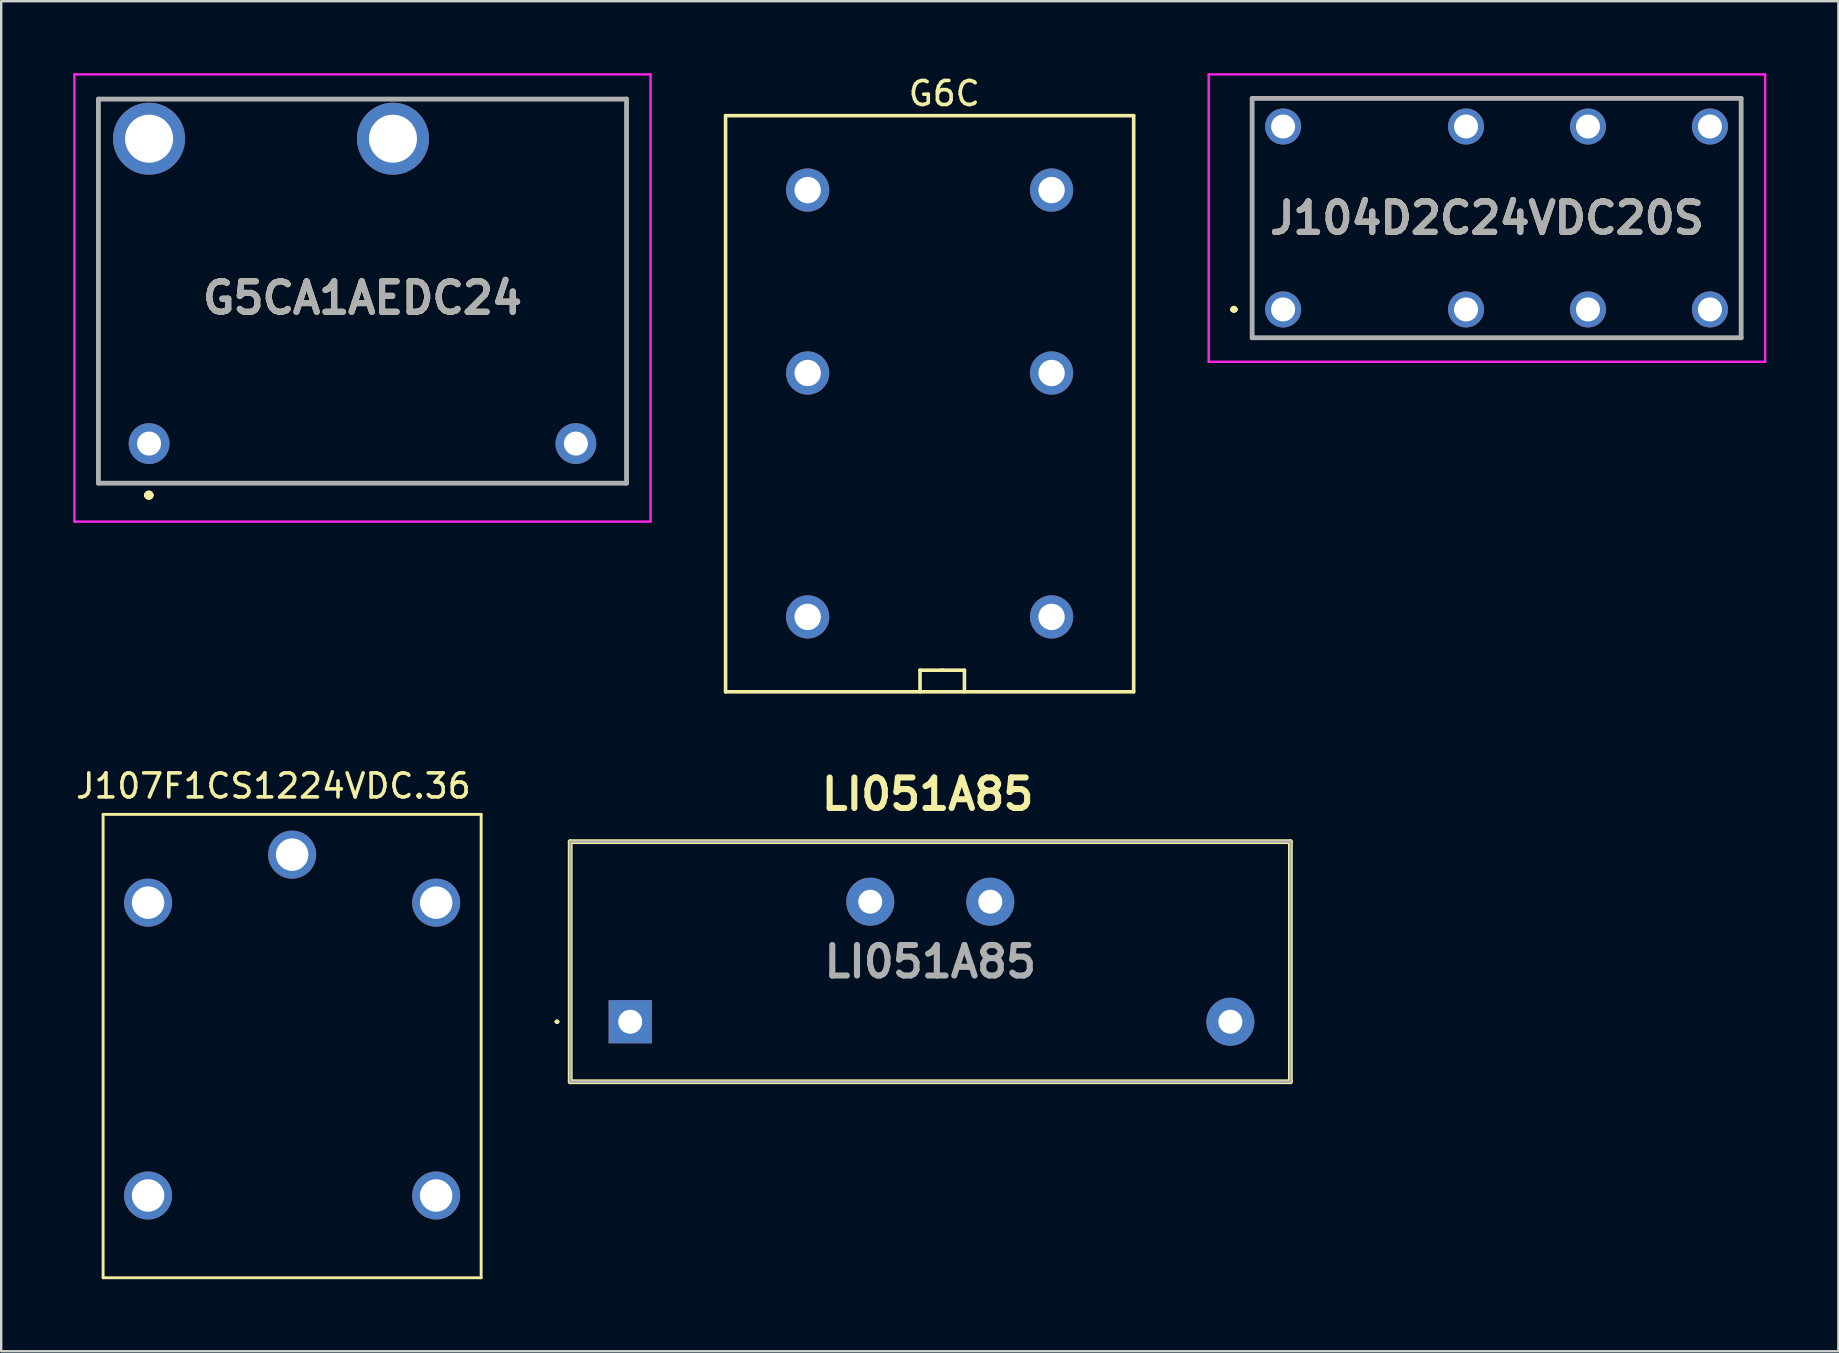
<source format=kicad_pcb>
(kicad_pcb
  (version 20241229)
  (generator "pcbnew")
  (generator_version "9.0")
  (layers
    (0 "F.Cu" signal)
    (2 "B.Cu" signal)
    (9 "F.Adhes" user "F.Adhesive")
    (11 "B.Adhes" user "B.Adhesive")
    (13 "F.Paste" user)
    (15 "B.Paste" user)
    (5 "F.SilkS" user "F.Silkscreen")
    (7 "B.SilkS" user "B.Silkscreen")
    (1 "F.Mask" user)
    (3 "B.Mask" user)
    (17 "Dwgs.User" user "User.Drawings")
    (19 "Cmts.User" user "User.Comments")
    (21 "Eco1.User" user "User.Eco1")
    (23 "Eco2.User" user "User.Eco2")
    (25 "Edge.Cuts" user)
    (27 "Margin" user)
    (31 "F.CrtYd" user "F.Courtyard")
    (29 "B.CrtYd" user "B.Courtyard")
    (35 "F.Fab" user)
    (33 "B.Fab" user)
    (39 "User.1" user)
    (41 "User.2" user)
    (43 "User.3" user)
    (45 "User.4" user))
  (footprint "J107F1CS1224VDC.36"
    (layer "F.Cu")
    (at 3.119 34.551)
    (property "Reference" "J107F1CS1224VDC.36" (at 5.22 -4.86 0) (layer "F.SilkS") (effects (font (size 1 1) (thickness 0.15))))
    (attr through_hole)
    (fp_line (start -1.874 -3.677) (end -1.874 15.627) (stroke (width 0.12) (type solid)) (layer "F.SilkS"))
    (fp_line (start -1.874 15.627) (end 13.874 15.627) (stroke (width 0.12) (type solid)) (layer "F.SilkS"))
    (fp_line (start 13.874 -3.677) (end -1.874 -3.677) (stroke (width 0.12) (type solid)) (layer "F.SilkS"))
    (fp_line (start 13.874 15.627) (end 13.874 -3.677) (stroke (width 0.12) (type solid)) (layer "F.SilkS"))
    (fp_text user "*" (at 0 0 0) (layer "F.Fab") (effects (font (size 1 1) (thickness 0.15))))
    (pad "1" thru_hole circle (at 0 0) (size 2 2) (drill 1.35) (layers "*.Cu" "*.Mask"))
    (pad "2" thru_hole circle (at 0 12.2) (size 2 2) (drill 1.35) (layers "*.Cu" "*.Mask"))
    (pad "3" thru_hole circle (at 12 12.2) (size 2 2) (drill 1.35) (layers "*.Cu" "*.Mask"))
    (pad "4" thru_hole circle (at 6 -2) (size 2 2) (drill 1.35) (layers "*.Cu" "*.Mask"))
    (pad "5" thru_hole circle (at 12 0) (size 2 2) (drill 1.35) (layers "*.Cu" "*.Mask")))
  (footprint "G6C"
    (layer "F.Cu")
    (at 36.175 14.768)
    (property "Reference" "G6C" (at 0.11 -13.92 0) (layer "F.SilkS") (effects (font (size 1 1) (thickness 0.15))))
    (attr through_hole)
    (fp_line (start -9 -13) (end -9 11) (stroke (width 0.15) (type solid)) (layer "F.SilkS"))
    (fp_line (start -9 -13) (end 8 -13) (stroke (width 0.15) (type solid)) (layer "F.SilkS"))
    (fp_line (start -9 11) (end 8 11) (stroke (width 0.15) (type solid)) (layer "F.SilkS"))
    (fp_line (start -0.9 10.1) (end -0.9 11) (stroke (width 0.15) (type solid)) (layer "F.SilkS"))
    (fp_line (start -0.9 10.1) (end 0.05 10.1) (stroke (width 0.15) (type solid)) (layer "F.SilkS"))
    (fp_line (start 0 10.1) (end 0.95 10.1) (stroke (width 0.15) (type solid)) (layer "F.SilkS"))
    (fp_line (start 0.95 10.1) (end 0.95 11) (stroke (width 0.15) (type solid)) (layer "F.SilkS"))
    (fp_line (start 8 -13) (end 8 11) (stroke (width 0.15) (type solid)) (layer "F.SilkS"))
    (pad "1" thru_hole circle (at 4.58 7.88) (size 1.8 1.8) (drill 1.1) (layers "*.Cu" "*.Mask"))
    (pad "3" thru_hole circle (at 4.58 -2.28) (size 1.8 1.8) (drill 1.1) (layers "*.Cu" "*.Mask"))
    (pad "4" thru_hole circle (at 4.58 -9.9) (size 1.8 1.8) (drill 1.1) (layers "*.Cu" "*.Mask"))
    (pad "5" thru_hole circle (at -5.58 -9.9) (size 1.8 1.8) (drill 1.1) (layers "*.Cu" "*.Mask"))
    (pad "6" thru_hole circle (at -5.58 -2.28) (size 1.8 1.8) (drill 1.1) (layers "*.Cu" "*.Mask"))
    (pad "8" thru_hole circle (at -5.58 7.88) (size 1.8 1.8) (drill 1.1) (layers "*.Cu" "*.Mask")))
  (footprint "J104D2C24VDC20S"
    (layer "F.Cu")
    (at 50.4 9.84)
    (property "Reference" "J104D2C24VDC20S" (at 8.49 -3.805 0) (layer "F.SilkS") (effects (font (size 1.27 1.27) (thickness 0.254))))
    (attr through_hole)
    (fp_line (start -2.1 0) (end -2.1 0) (stroke (width 0.2) (type solid)) (layer "F.SilkS"))
    (fp_line (start -2 0) (end -2 0) (stroke (width 0.2) (type solid)) (layer "F.SilkS"))
    (fp_line (start -2 0) (end -2 0) (stroke (width 0.2) (type solid)) (layer "F.SilkS"))
    (fp_line (start -1.29 -8.79) (end -1.29 1.18) (stroke (width 0.1) (type solid)) (layer "F.SilkS"))
    (fp_line (start -1.29 1.18) (end 19.08 1.18) (stroke (width 0.1) (type solid)) (layer "F.SilkS"))
    (fp_line (start 19.08 -8.79) (end -1.29 -8.79) (stroke (width 0.1) (type solid)) (layer "F.SilkS"))
    (fp_line (start 19.08 1.18) (end 19.08 -8.79) (stroke (width 0.1) (type solid)) (layer "F.SilkS"))
    (fp_arc (start -2.1 0) (mid -2.05 -0.05) (end -2 0) (stroke (width 0.2) (type solid)) (layer "F.SilkS"))
    (fp_arc (start -2.1 0) (mid -2.05 -0.05) (end -2 0) (stroke (width 0.2) (type solid)) (layer "F.SilkS"))
    (fp_arc (start -2 0) (mid -2.05 0.05) (end -2.1 0) (stroke (width 0.2) (type solid)) (layer "F.SilkS"))
    (fp_line (start -3.1 -9.79) (end 20.08 -9.79) (stroke (width 0.1) (type solid)) (layer "F.CrtYd"))
    (fp_line (start -3.1 2.18) (end -3.1 -9.79) (stroke (width 0.1) (type solid)) (layer "F.CrtYd"))
    (fp_line (start 20.08 -9.79) (end 20.08 2.18) (stroke (width 0.1) (type solid)) (layer "F.CrtYd"))
    (fp_line (start 20.08 2.18) (end -3.1 2.18) (stroke (width 0.1) (type solid)) (layer "F.CrtYd"))
    (fp_line (start -1.29 -8.79) (end 19.08 -8.79) (stroke (width 0.2) (type solid)) (layer "F.Fab"))
    (fp_line (start -1.29 1.18) (end -1.29 -8.79) (stroke (width 0.2) (type solid)) (layer "F.Fab"))
    (fp_line (start 19.08 -8.79) (end 19.08 1.18) (stroke (width 0.2) (type solid)) (layer "F.Fab"))
    (fp_line (start 19.08 1.18) (end -1.29 1.18) (stroke (width 0.2) (type solid)) (layer "F.Fab"))
    (fp_text user "${REFERENCE}" (at 8.49 -3.805 0) (layer "F.Fab") (effects (font (size 1.27 1.27) (thickness 0.254))))
    (pad "1" thru_hole circle (at 0 0) (size 1.5 1.5) (drill 1) (layers "*.Cu" "*.Mask"))
    (pad "2" thru_hole circle (at 7.62 0) (size 1.5 1.5) (drill 1) (layers "*.Cu" "*.Mask"))
    (pad "3" thru_hole circle (at 12.7 0) (size 1.5 1.5) (drill 1) (layers "*.Cu" "*.Mask"))
    (pad "4" thru_hole circle (at 17.78 0) (size 1.5 1.5) (drill 1) (layers "*.Cu" "*.Mask"))
    (pad "5" thru_hole circle (at 17.78 -7.62) (size 1.5 1.5) (drill 1) (layers "*.Cu" "*.Mask"))
    (pad "6" thru_hole circle (at 12.7 -7.62) (size 1.5 1.5) (drill 1) (layers "*.Cu" "*.Mask"))
    (pad "7" thru_hole circle (at 7.62 -7.62) (size 1.5 1.5) (drill 1) (layers "*.Cu" "*.Mask"))
    (pad "8" thru_hole circle (at 0 -7.62) (size 1.5 1.5) (drill 1) (layers "*.Cu" "*.Mask")))
  (footprint "LI051A85"
    (layer "F.Cu")
    (at 23.203 39.512)
    (property "Reference" "LI051A85" (at 12.39 -9.48 0) (layer "F.SilkS") (effects (font (size 1.27 1.27) (thickness 0.254))))
    (attr through_hole)
    (fp_line (start -3.1 0) (end -3.1 0) (stroke (width 0.1) (type solid)) (layer "F.SilkS"))
    (fp_line (start -3 0) (end -3 0) (stroke (width 0.1) (type solid)) (layer "F.SilkS"))
    (fp_line (start -2.5 -7.5) (end 27.5 -7.5) (stroke (width 0.2) (type solid)) (layer "F.SilkS"))
    (fp_line (start -2.5 2.5) (end -2.5 -7.5) (stroke (width 0.2) (type solid)) (layer "F.SilkS"))
    (fp_line (start 27.5 -7.5) (end 27.5 2.5) (stroke (width 0.2) (type solid)) (layer "F.SilkS"))
    (fp_line (start 27.5 2.5) (end -2.5 2.5) (stroke (width 0.2) (type solid)) (layer "F.SilkS"))
    (fp_arc (start -3.1 0) (mid -3.05 -0.05) (end -3 0) (stroke (width 0.1) (type solid)) (layer "F.SilkS"))
    (fp_arc (start -3 0) (mid -3.05 0.05) (end -3.1 0) (stroke (width 0.1) (type solid)) (layer "F.SilkS"))
    (fp_line (start -2.5 -7.5) (end 27.5 -7.5) (stroke (width 0.1) (type solid)) (layer "F.Fab"))
    (fp_line (start -2.5 2.5) (end -2.5 -7.5) (stroke (width 0.1) (type solid)) (layer "F.Fab"))
    (fp_line (start 27.5 -7.5) (end 27.5 2.5) (stroke (width 0.1) (type solid)) (layer "F.Fab"))
    (fp_line (start 27.5 2.5) (end -2.5 2.5) (stroke (width 0.1) (type solid)) (layer "F.Fab"))
    (fp_text user "${REFERENCE}" (at 12.5 -2.5 0) (layer "F.Fab") (effects (font (size 1.27 1.27) (thickness 0.254))))
    (pad "1" thru_hole rect (at 0 0) (size 1.8 1.8) (drill 1) (layers "*.Cu" "*.Mask"))
    (pad "2" thru_hole circle (at 25 0) (size 2 2) (drill 1) (layers "*.Cu" "*.Mask"))
    (pad "3" thru_hole circle (at 15 -5) (size 2 2) (drill 1) (layers "*.Cu" "*.Mask"))
    (pad "4" thru_hole circle (at 10 -5) (size 2 2) (drill 1) (layers "*.Cu" "*.Mask")))
  (footprint "G5CA1AEDC24"
    (layer "F.Cu")
    (at 3.16 15.428)
    (property "Reference" "G5CA1AEDC24" (at 8.89 -6.064 0) (layer "F.SilkS") (effects (font (size 1.27 1.27) (thickness 0.254))))
    (attr through_hole)
    (fp_line (start -2.11 -14.35) (end -2.11 1.65) (stroke (width 0.1) (type solid)) (layer "F.SilkS"))
    (fp_line (start -2.11 1.65) (end 19.89 1.65) (stroke (width 0.1) (type solid)) (layer "F.SilkS"))
    (fp_line (start -1.11 -14.35) (end -2.11 -14.35) (stroke (width 0.1) (type solid)) (layer "F.SilkS"))
    (fp_line (start -0.11 2.15) (end -0.11 2.15) (stroke (width 0.2) (type solid)) (layer "F.SilkS"))
    (fp_line (start 0.09 2.15) (end 0.09 2.15) (stroke (width 0.2) (type solid)) (layer "F.SilkS"))
    (fp_line (start 1.89 -14.35) (end 8.89 -14.35) (stroke (width 0.1) (type solid)) (layer "F.SilkS"))
    (fp_line (start 19.89 -14.35) (end 11.89 -14.35) (stroke (width 0.1) (type solid)) (layer "F.SilkS"))
    (fp_line (start 19.89 1.65) (end 19.89 -14.35) (stroke (width 0.1) (type solid)) (layer "F.SilkS"))
    (fp_arc (start -0.11 2.15) (mid -0.01 2.05) (end 0.09 2.15) (stroke (width 0.2) (type solid)) (layer "F.SilkS"))
    (fp_arc (start 0.09 2.15) (mid -0.01 2.25) (end -0.11 2.15) (stroke (width 0.2) (type solid)) (layer "F.SilkS"))
    (fp_line (start -3.11 -15.378) (end 20.89 -15.378) (stroke (width 0.1) (type solid)) (layer "F.CrtYd"))
    (fp_line (start -3.11 3.25) (end -3.11 -15.378) (stroke (width 0.1) (type solid)) (layer "F.CrtYd"))
    (fp_line (start 20.89 -15.378) (end 20.89 3.25) (stroke (width 0.1) (type solid)) (layer "F.CrtYd"))
    (fp_line (start 20.89 3.25) (end -3.11 3.25) (stroke (width 0.1) (type solid)) (layer "F.CrtYd"))
    (fp_line (start -2.11 -14.35) (end 19.89 -14.35) (stroke (width 0.2) (type solid)) (layer "F.Fab"))
    (fp_line (start -2.11 1.65) (end -2.11 -14.35) (stroke (width 0.2) (type solid)) (layer "F.Fab"))
    (fp_line (start 19.89 -14.35) (end 19.89 1.65) (stroke (width 0.2) (type solid)) (layer "F.Fab"))
    (fp_line (start 19.89 1.65) (end -2.11 1.65) (stroke (width 0.2) (type solid)) (layer "F.Fab"))
    (fp_text user "${REFERENCE}" (at 8.89 -6.064 0) (layer "F.Fab") (effects (font (size 1.27 1.27) (thickness 0.254))))
    (pad "1" thru_hole circle (at 0 0) (size 1.7 1.7) (drill 1) (layers "*.Cu" "*.Mask"))
    (pad "2" thru_hole circle (at 17.78 0) (size 1.7 1.7) (drill 1) (layers "*.Cu" "*.Mask"))
    (pad "3" thru_hole circle (at 10.16 -12.7) (size 3 3) (drill 2) (layers "*.Cu" "*.Mask"))
    (pad "4" thru_hole circle (at 0 -12.7) (size 3 3) (drill 2) (layers "*.Cu" "*.Mask")))
  (gr_rect
    (start -3 -3)
    (end 73.53 53.239)
    (stroke (width 0.1) (type default))
    (fill no)
    (layer "Edge.Cuts")))
</source>
